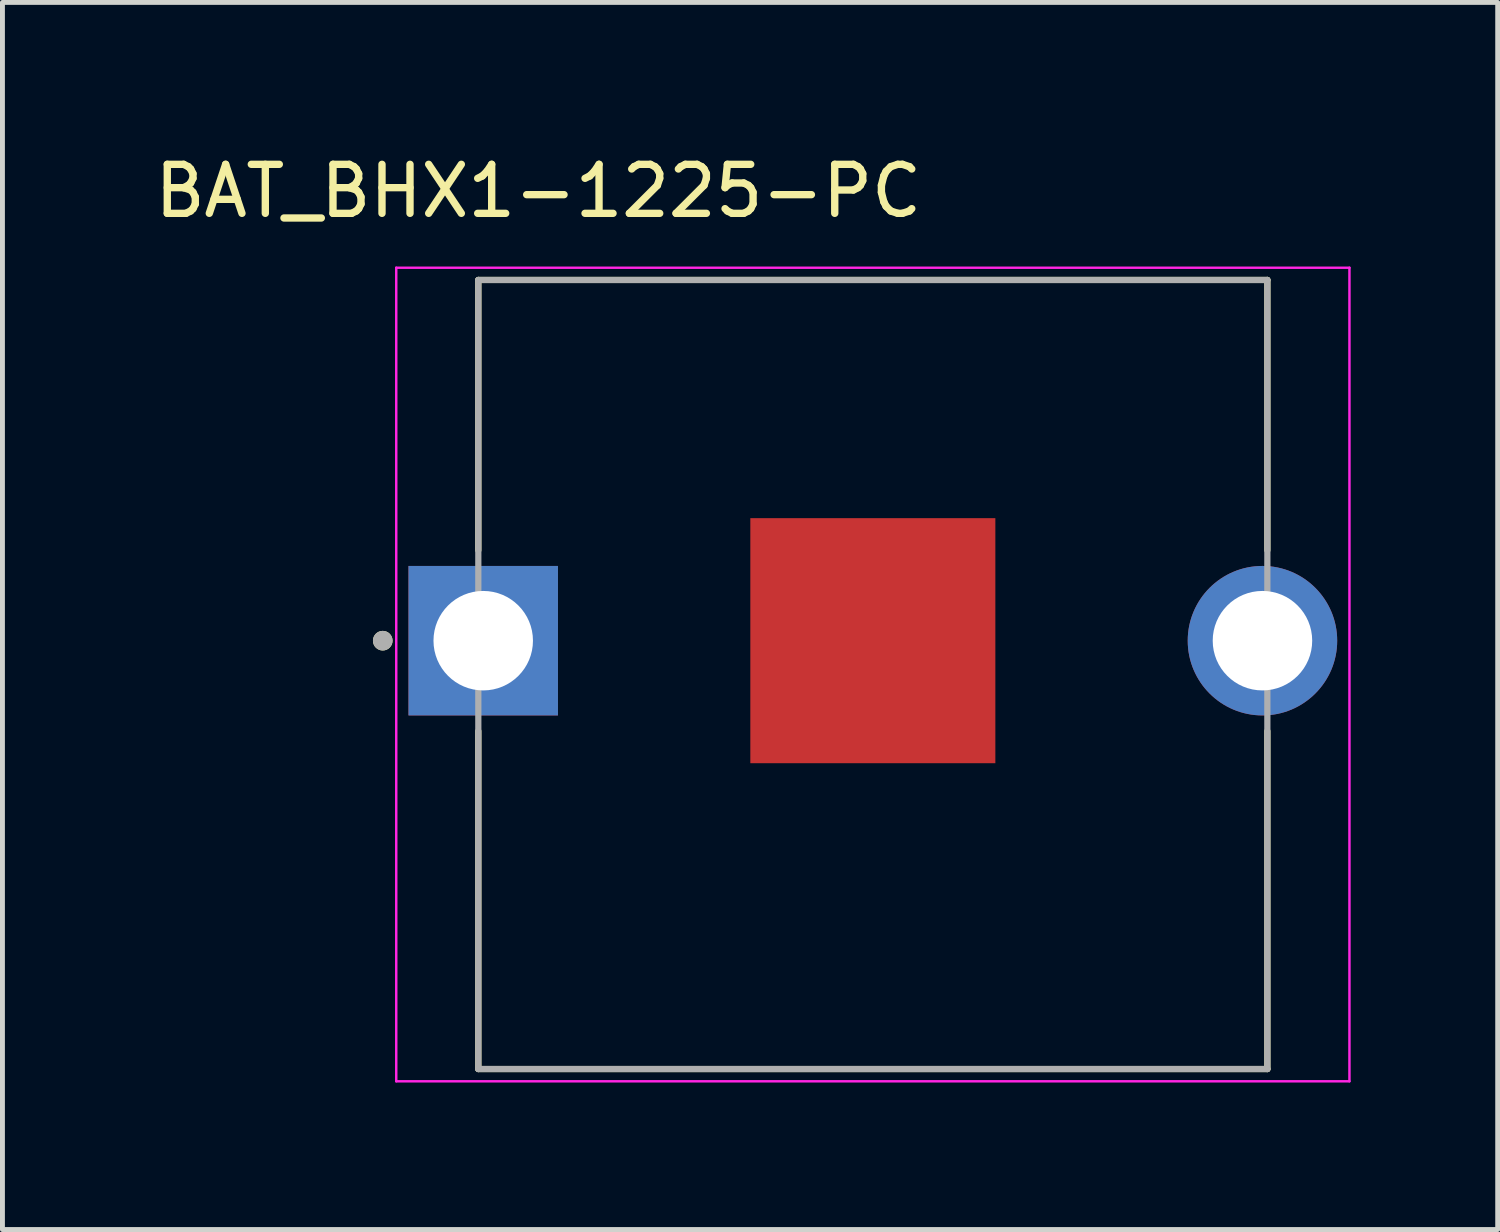
<source format=kicad_pcb>
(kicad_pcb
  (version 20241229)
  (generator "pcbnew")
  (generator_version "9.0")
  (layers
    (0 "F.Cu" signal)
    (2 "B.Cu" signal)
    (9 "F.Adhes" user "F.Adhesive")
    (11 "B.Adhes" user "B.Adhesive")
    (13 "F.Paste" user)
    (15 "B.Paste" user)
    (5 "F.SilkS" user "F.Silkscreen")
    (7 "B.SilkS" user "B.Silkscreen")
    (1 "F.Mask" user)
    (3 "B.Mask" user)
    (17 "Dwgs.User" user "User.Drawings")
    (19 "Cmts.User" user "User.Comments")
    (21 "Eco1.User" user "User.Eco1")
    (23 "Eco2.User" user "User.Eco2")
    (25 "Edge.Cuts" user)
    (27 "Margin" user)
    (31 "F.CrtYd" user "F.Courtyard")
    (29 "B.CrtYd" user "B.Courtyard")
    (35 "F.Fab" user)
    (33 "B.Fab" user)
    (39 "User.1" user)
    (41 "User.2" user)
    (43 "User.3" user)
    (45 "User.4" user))
  (footprint "BAT_BHX1-1225-PC"
    (layer "F.Cu")
    (at 14.76 10.023)
    (property "Reference" "BAT_BHX1-1225-PC" (at -6.825 -9.175 0) (layer "F.SilkS") (effects (font (size 1 1) (thickness 0.15))))
    (attr through_hole)
    (fp_line (start -8.05 -7.36) (end -8.05 -1.845) (stroke (width 0.127) (type solid)) (layer "F.SilkS"))
    (fp_line (start -8.05 1.845) (end -8.05 8.74) (stroke (width 0.127) (type solid)) (layer "F.SilkS"))
    (fp_line (start -8.05 8.74) (end 8.05 8.74) (stroke (width 0.127) (type solid)) (layer "F.SilkS"))
    (fp_line (start 8.05 -7.36) (end -8.05 -7.36) (stroke (width 0.127) (type solid)) (layer "F.SilkS"))
    (fp_line (start 8.05 -1.845) (end 8.05 -7.36) (stroke (width 0.127) (type solid)) (layer "F.SilkS"))
    (fp_line (start 8.05 8.74) (end 8.05 1.845) (stroke (width 0.127) (type solid)) (layer "F.SilkS"))
    (fp_circle (center -10 0) (end -9.9 0) (stroke (width 0.2) (type solid)) (fill no) (layer "F.SilkS"))
    (fp_line (start -9.725 -7.61) (end -9.725 8.99) (stroke (width 0.05) (type solid)) (layer "F.CrtYd"))
    (fp_line (start -9.725 8.99) (end 9.725 8.99) (stroke (width 0.05) (type solid)) (layer "F.CrtYd"))
    (fp_line (start 9.725 -7.61) (end -9.725 -7.61) (stroke (width 0.05) (type solid)) (layer "F.CrtYd"))
    (fp_line (start 9.725 8.99) (end 9.725 -7.61) (stroke (width 0.05) (type solid)) (layer "F.CrtYd"))
    (fp_line (start -8.05 -7.36) (end -8.05 8.74) (stroke (width 0.127) (type solid)) (layer "F.Fab"))
    (fp_line (start -8.05 8.74) (end 8.05 8.74) (stroke (width 0.127) (type solid)) (layer "F.Fab"))
    (fp_line (start 8.05 -7.36) (end -8.05 -7.36) (stroke (width 0.127) (type solid)) (layer "F.Fab"))
    (fp_line (start 8.05 8.74) (end 8.05 -7.36) (stroke (width 0.127) (type solid)) (layer "F.Fab"))
    (fp_circle (center -10 0) (end -9.9 0) (stroke (width 0.2) (type solid)) (fill no) (layer "F.Fab"))
    (pad "1" thru_hole rect (at -7.95 0) (size 3.05 3.05) (drill 2.03) (layers "*.Cu" "*.Mask"))
    (pad "1_1" thru_hole circle (at 7.95 0) (size 3.05 3.05) (drill 2.03) (layers "*.Cu" "*.Mask"))
    (pad "2" smd rect (at 0 0) (size 5 5) (layers "F.Cu" "F.Mask" "F.Paste")))
  (gr_rect
    (start -3 -3)
    (end 27.51 22.038)
    (stroke (width 0.1) (type default))
    (fill no)
    (layer "Edge.Cuts")))
</source>
